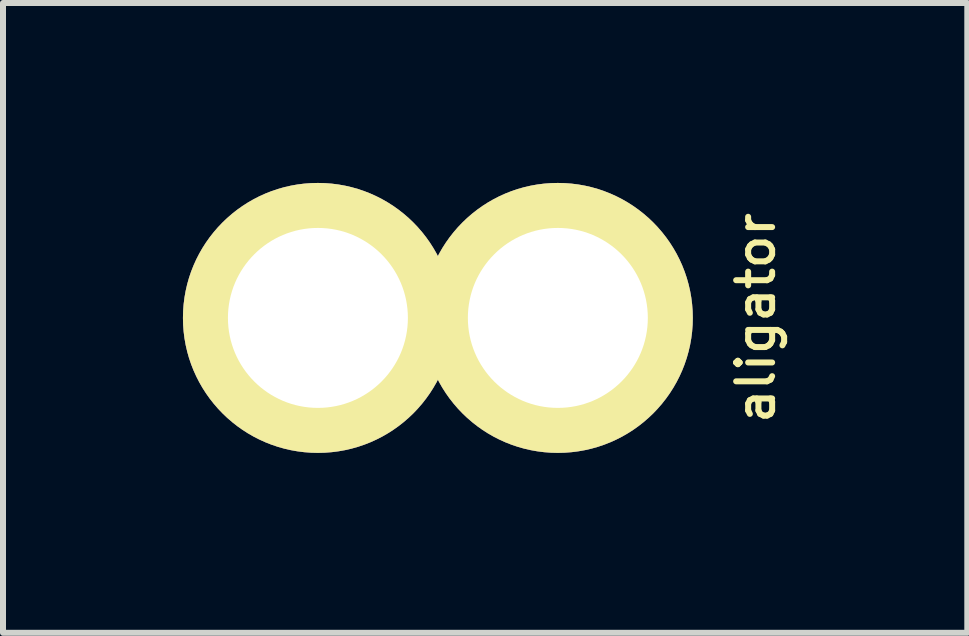
<source format=kicad_pcb>
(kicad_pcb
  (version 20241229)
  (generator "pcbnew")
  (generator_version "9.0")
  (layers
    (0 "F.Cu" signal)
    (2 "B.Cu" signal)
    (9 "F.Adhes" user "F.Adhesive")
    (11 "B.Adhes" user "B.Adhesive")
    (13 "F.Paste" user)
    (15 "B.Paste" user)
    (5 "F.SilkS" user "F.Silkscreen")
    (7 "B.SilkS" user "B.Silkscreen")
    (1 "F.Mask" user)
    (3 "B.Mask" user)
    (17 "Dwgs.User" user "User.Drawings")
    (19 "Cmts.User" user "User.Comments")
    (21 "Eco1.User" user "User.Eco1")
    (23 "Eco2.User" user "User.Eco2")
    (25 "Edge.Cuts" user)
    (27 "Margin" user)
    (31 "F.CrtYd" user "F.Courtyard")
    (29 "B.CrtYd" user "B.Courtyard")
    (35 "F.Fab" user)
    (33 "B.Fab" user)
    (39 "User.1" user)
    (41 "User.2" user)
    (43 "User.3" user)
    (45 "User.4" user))
  (footprint "aligator"
    (layer "F.Cu")
    (at 4.25 2.25)
    (property "Reference" "aligator" (at 5.3 0 90) (layer "F.SilkS") (effects (font (size 0.6 0.6) (thickness 0.1))))
    (attr through_hole)
    (pad "1" thru_hole circle (at -2 0) (size 4.5 4.5) (drill 3) (layers "*.Cu" "*.Mask" "F.SilkS"))
    (pad "1" thru_hole circle (at 2 0) (size 4.5 4.5) (drill 3) (layers "*.Cu" "*.Mask" "F.SilkS")))
  (gr_rect
    (start -3 -3)
    (end 13.076 7.5)
    (stroke (width 0.1) (type default))
    (fill no)
    (layer "Edge.Cuts")))
</source>
